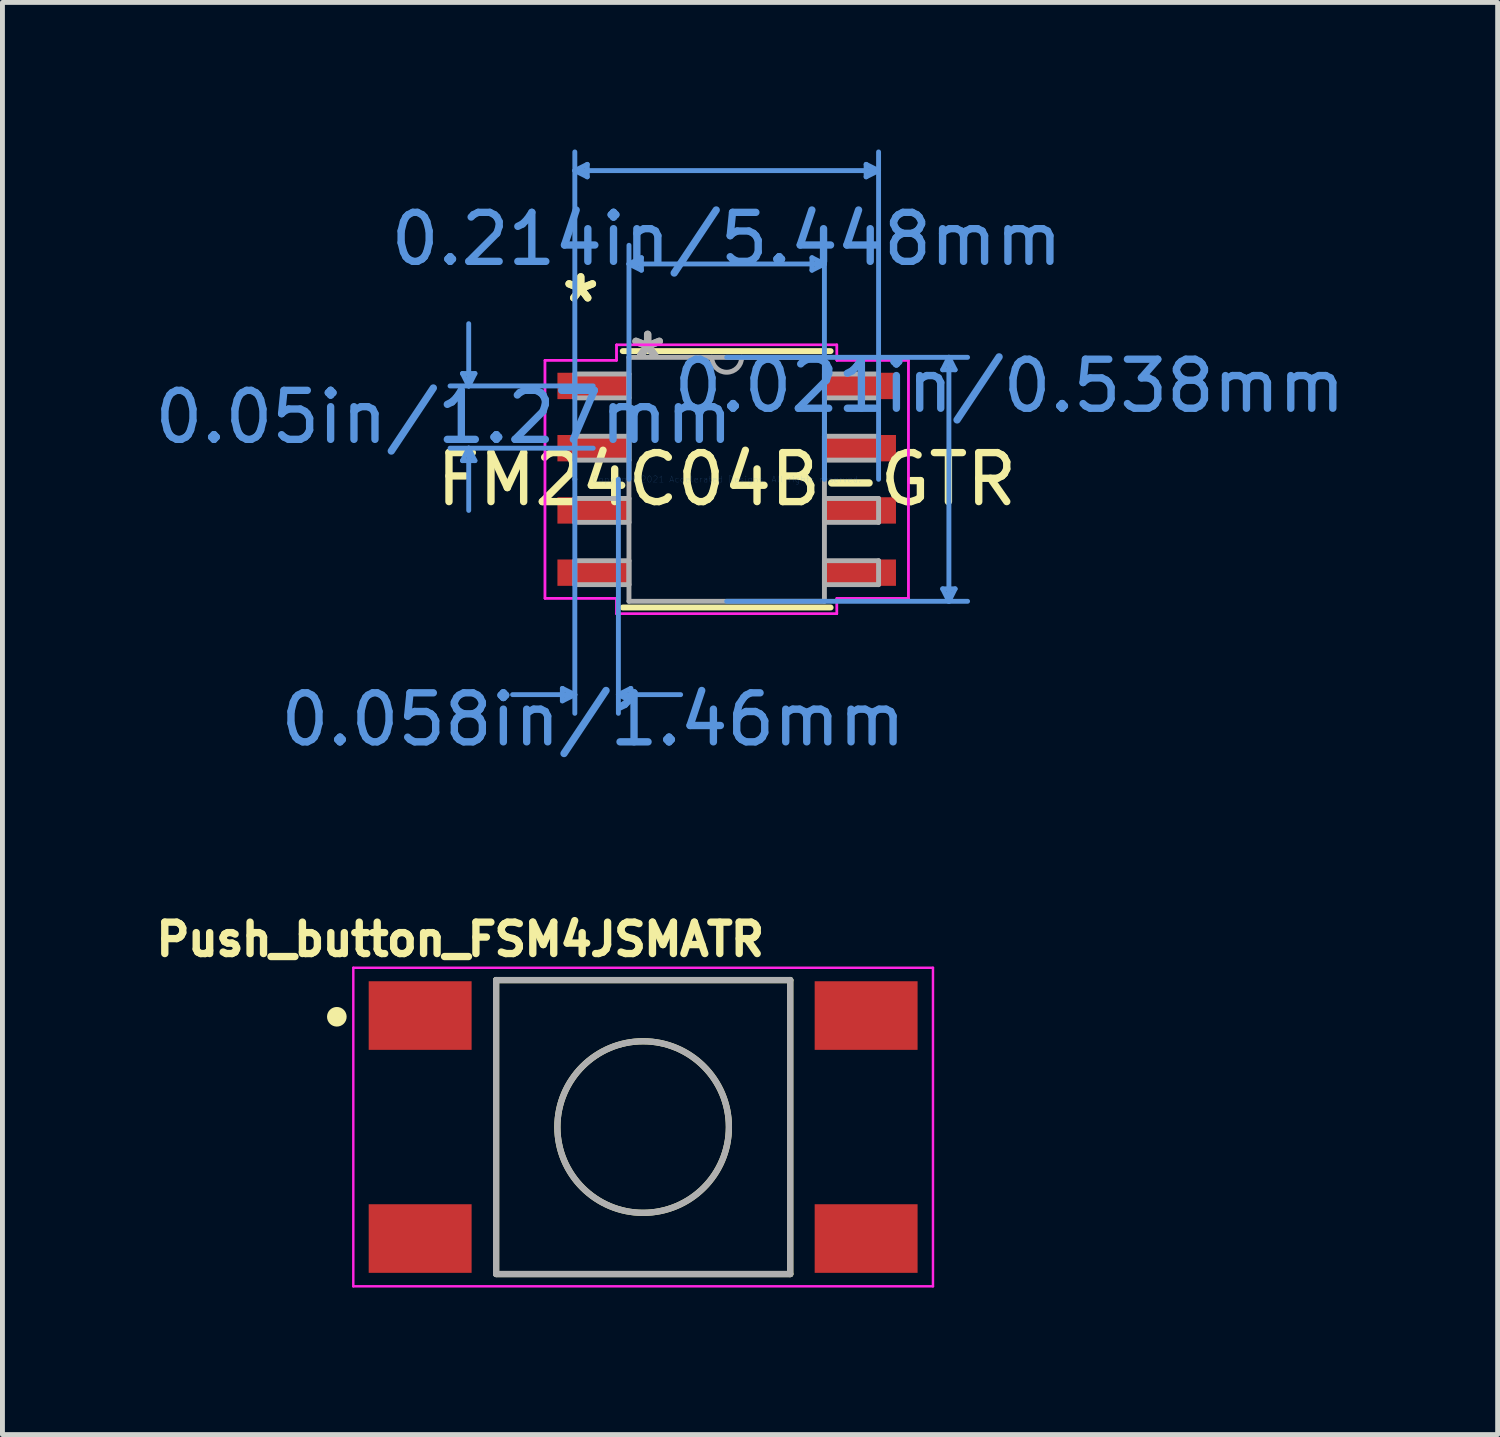
<source format=kicad_pcb>
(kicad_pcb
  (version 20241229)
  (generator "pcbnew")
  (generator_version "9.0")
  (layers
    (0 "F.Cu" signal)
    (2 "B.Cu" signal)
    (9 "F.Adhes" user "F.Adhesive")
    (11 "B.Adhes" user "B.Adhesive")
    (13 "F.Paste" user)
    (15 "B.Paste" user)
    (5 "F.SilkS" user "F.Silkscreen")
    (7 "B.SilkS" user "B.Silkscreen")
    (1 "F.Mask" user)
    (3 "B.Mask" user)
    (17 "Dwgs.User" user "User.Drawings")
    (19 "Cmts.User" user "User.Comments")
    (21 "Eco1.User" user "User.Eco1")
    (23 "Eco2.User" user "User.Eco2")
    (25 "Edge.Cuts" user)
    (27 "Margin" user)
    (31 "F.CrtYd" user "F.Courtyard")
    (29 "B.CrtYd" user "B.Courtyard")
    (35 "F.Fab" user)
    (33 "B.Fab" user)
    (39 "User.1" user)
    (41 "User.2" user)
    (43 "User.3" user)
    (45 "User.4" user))
  (footprint "Push_button_FSM4JSMATR"
    (layer "F.Cu")
    (at 10.073 19.947)
    (property "Reference" "Push_button_FSM4JSMATR" (at -3.732 -3.829 0) (layer "F.SilkS") (effects (font (size 0.641 0.641) (thickness 0.15))))
    (attr through_hole)
    (fp_line (start -3 -2.997) (end -3 2.997) (stroke (width 0.127) (type solid)) (layer "F.SilkS"))
    (fp_line (start -2.992 3) (end 3.002 3) (stroke (width 0.127) (type solid)) (layer "F.SilkS"))
    (fp_line (start 3.002 -2.997) (end -3 -2.997) (stroke (width 0.127) (type solid)) (layer "F.SilkS"))
    (fp_line (start 3.002 3) (end 3.002 -2.997) (stroke (width 0.127) (type solid)) (layer "F.SilkS"))
    (fp_circle (center -6.25 -2.25) (end -6.15 -2.25) (stroke (width 0.2) (type solid)) (fill no) (layer "F.SilkS"))
    (fp_circle (center 0 0) (end 1.75 0) (stroke (width 0.127) (type solid)) (fill no) (layer "F.SilkS"))
    (fp_line (start -5.914 -3.25) (end 5.914 -3.25) (stroke (width 0.05) (type solid)) (layer "F.CrtYd"))
    (fp_line (start -5.914 3.25) (end -5.914 -3.25) (stroke (width 0.05) (type solid)) (layer "F.CrtYd"))
    (fp_line (start 5.914 -3.25) (end 5.914 3.25) (stroke (width 0.05) (type solid)) (layer "F.CrtYd"))
    (fp_line (start 5.914 3.25) (end -5.914 3.25) (stroke (width 0.05) (type solid)) (layer "F.CrtYd"))
    (fp_line (start -3 -3) (end 3 -3) (stroke (width 0.127) (type solid)) (layer "F.Fab"))
    (fp_line (start -3 3) (end -3 -3) (stroke (width 0.127) (type solid)) (layer "F.Fab"))
    (fp_line (start 3 -3) (end 3 3) (stroke (width 0.127) (type solid)) (layer "F.Fab"))
    (fp_line (start 3 3) (end -3 3) (stroke (width 0.127) (type solid)) (layer "F.Fab"))
    (fp_circle (center 0 0) (end 1.75 0) (stroke (width 0.127) (type solid)) (fill no) (layer "F.Fab"))
    (pad "1" smd rect (at -4.55 -2.275) (size 2.1 1.4) (layers "F.Cu" "F.Mask" "F.Paste"))
    (pad "2" smd rect (at 4.55 -2.275) (size 2.1 1.4) (layers "F.Cu" "F.Mask" "F.Paste"))
    (pad "3" smd rect (at -4.55 2.275) (size 2.1 1.4) (layers "F.Cu" "F.Mask" "F.Paste"))
    (pad "4" smd rect (at 4.55 2.275) (size 2.1 1.4) (layers "F.Cu" "F.Mask" "F.Paste")))
  (footprint "FM24C04B-GTR"
    (layer "F.Cu")
    (at 11.778 6.73)
    (property "Reference" "FM24C04B-GTR" (at 0 0 0) (layer "F.SilkS") (effects (font (size 1 1) (thickness 0.15))))
    (attr through_hole)
    (fp_line (start -2.121 2.616) (end 2.121 2.616) (stroke (width 0.12) (type solid)) (layer "F.SilkS"))
    (fp_line (start 2.121 -2.616) (end -2.121 -2.616) (stroke (width 0.12) (type solid)) (layer "F.SilkS"))
    (fp_line (start -5.391 -2.159) (end -5.137 -2.159) (stroke (width 0.1) (type solid)) (layer "Cmts.User"))
    (fp_line (start -5.391 -0.381) (end -5.137 -0.381) (stroke (width 0.1) (type solid)) (layer "Cmts.User"))
    (fp_line (start -5.264 -1.905) (end -5.391 -2.159) (stroke (width 0.1) (type solid)) (layer "Cmts.User"))
    (fp_line (start -5.264 -1.905) (end -5.264 -3.175) (stroke (width 0.1) (type solid)) (layer "Cmts.User"))
    (fp_line (start -5.264 -1.905) (end -5.137 -2.159) (stroke (width 0.1) (type solid)) (layer "Cmts.User"))
    (fp_line (start -5.264 -0.635) (end -5.391 -0.381) (stroke (width 0.1) (type solid)) (layer "Cmts.User"))
    (fp_line (start -5.264 -0.635) (end -5.264 0.635) (stroke (width 0.1) (type solid)) (layer "Cmts.User"))
    (fp_line (start -5.264 -0.635) (end -5.137 -0.381) (stroke (width 0.1) (type solid)) (layer "Cmts.User"))
    (fp_line (start -3.353 4.267) (end -3.353 4.521) (stroke (width 0.1) (type solid)) (layer "Cmts.User"))
    (fp_line (start -3.099 -6.299) (end -2.845 -6.426) (stroke (width 0.1) (type solid)) (layer "Cmts.User"))
    (fp_line (start -3.099 -6.299) (end -2.845 -6.172) (stroke (width 0.1) (type solid)) (layer "Cmts.User"))
    (fp_line (start -3.099 -6.299) (end 3.099 -6.299) (stroke (width 0.1) (type solid)) (layer "Cmts.User"))
    (fp_line (start -3.099 0) (end -3.099 -6.68) (stroke (width 0.1) (type solid)) (layer "Cmts.User"))
    (fp_line (start -3.099 0) (end -3.099 4.775) (stroke (width 0.1) (type solid)) (layer "Cmts.User"))
    (fp_line (start -3.099 4.394) (end -4.369 4.394) (stroke (width 0.1) (type solid)) (layer "Cmts.User"))
    (fp_line (start -3.099 4.394) (end -3.353 4.267) (stroke (width 0.1) (type solid)) (layer "Cmts.User"))
    (fp_line (start -3.099 4.394) (end -3.353 4.521) (stroke (width 0.1) (type solid)) (layer "Cmts.User"))
    (fp_line (start -2.845 -6.426) (end -2.845 -6.172) (stroke (width 0.1) (type solid)) (layer "Cmts.User"))
    (fp_line (start -2.724 -1.905) (end -5.645 -1.905) (stroke (width 0.1) (type solid)) (layer "Cmts.User"))
    (fp_line (start -2.724 -0.635) (end -5.645 -0.635) (stroke (width 0.1) (type solid)) (layer "Cmts.User"))
    (fp_line (start -2.21 0) (end -2.21 4.775) (stroke (width 0.1) (type solid)) (layer "Cmts.User"))
    (fp_line (start -2.21 4.394) (end -1.956 4.267) (stroke (width 0.1) (type solid)) (layer "Cmts.User"))
    (fp_line (start -2.21 4.394) (end -1.956 4.521) (stroke (width 0.1) (type solid)) (layer "Cmts.User"))
    (fp_line (start -2.21 4.394) (end -0.94 4.394) (stroke (width 0.1) (type solid)) (layer "Cmts.User"))
    (fp_line (start -1.994 -4.394) (end -1.74 -4.521) (stroke (width 0.1) (type solid)) (layer "Cmts.User"))
    (fp_line (start -1.994 -4.394) (end -1.74 -4.267) (stroke (width 0.1) (type solid)) (layer "Cmts.User"))
    (fp_line (start -1.994 -4.394) (end 1.994 -4.394) (stroke (width 0.1) (type solid)) (layer "Cmts.User"))
    (fp_line (start -1.994 0) (end -1.994 -4.775) (stroke (width 0.1) (type solid)) (layer "Cmts.User"))
    (fp_line (start -1.956 4.267) (end -1.956 4.521) (stroke (width 0.1) (type solid)) (layer "Cmts.User"))
    (fp_line (start -1.74 -4.521) (end -1.74 -4.267) (stroke (width 0.1) (type solid)) (layer "Cmts.User"))
    (fp_line (start 0 -2.489) (end 4.915 -2.489) (stroke (width 0.1) (type solid)) (layer "Cmts.User"))
    (fp_line (start 0 2.489) (end 4.915 2.489) (stroke (width 0.1) (type solid)) (layer "Cmts.User"))
    (fp_line (start 1.74 -4.521) (end 1.74 -4.267) (stroke (width 0.1) (type solid)) (layer "Cmts.User"))
    (fp_line (start 1.994 -4.394) (end 1.74 -4.521) (stroke (width 0.1) (type solid)) (layer "Cmts.User"))
    (fp_line (start 1.994 -4.394) (end 1.74 -4.267) (stroke (width 0.1) (type solid)) (layer "Cmts.User"))
    (fp_line (start 1.994 0) (end 1.994 -4.775) (stroke (width 0.1) (type solid)) (layer "Cmts.User"))
    (fp_line (start 2.845 -6.426) (end 2.845 -6.172) (stroke (width 0.1) (type solid)) (layer "Cmts.User"))
    (fp_line (start 3.099 -6.299) (end 2.845 -6.426) (stroke (width 0.1) (type solid)) (layer "Cmts.User"))
    (fp_line (start 3.099 -6.299) (end 2.845 -6.172) (stroke (width 0.1) (type solid)) (layer "Cmts.User"))
    (fp_line (start 3.099 0) (end 3.099 -6.68) (stroke (width 0.1) (type solid)) (layer "Cmts.User"))
    (fp_line (start 4.407 -2.235) (end 4.661 -2.235) (stroke (width 0.1) (type solid)) (layer "Cmts.User"))
    (fp_line (start 4.407 2.235) (end 4.661 2.235) (stroke (width 0.1) (type solid)) (layer "Cmts.User"))
    (fp_line (start 4.534 -2.489) (end 4.407 -2.235) (stroke (width 0.1) (type solid)) (layer "Cmts.User"))
    (fp_line (start 4.534 -2.489) (end 4.534 2.489) (stroke (width 0.1) (type solid)) (layer "Cmts.User"))
    (fp_line (start 4.534 -2.489) (end 4.661 -2.235) (stroke (width 0.1) (type solid)) (layer "Cmts.User"))
    (fp_line (start 4.534 2.489) (end 4.407 2.235) (stroke (width 0.1) (type solid)) (layer "Cmts.User"))
    (fp_line (start 4.534 2.489) (end 4.661 2.235) (stroke (width 0.1) (type solid)) (layer "Cmts.User"))
    (fp_line (start -3.708 -2.428) (end -2.248 -2.428) (stroke (width 0.05) (type solid)) (layer "F.CrtYd"))
    (fp_line (start -3.708 -2.428) (end -2.248 -2.428) (stroke (width 0.05) (type solid)) (layer "F.CrtYd"))
    (fp_line (start -3.708 2.428) (end -3.708 -2.428) (stroke (width 0.05) (type solid)) (layer "F.CrtYd"))
    (fp_line (start -3.708 2.428) (end -3.708 -2.428) (stroke (width 0.05) (type solid)) (layer "F.CrtYd"))
    (fp_line (start -3.708 2.428) (end -2.248 2.428) (stroke (width 0.05) (type solid)) (layer "F.CrtYd"))
    (fp_line (start -2.248 -2.743) (end 2.248 -2.743) (stroke (width 0.05) (type solid)) (layer "F.CrtYd"))
    (fp_line (start -2.248 -2.743) (end 2.248 -2.743) (stroke (width 0.05) (type solid)) (layer "F.CrtYd"))
    (fp_line (start -2.248 -2.428) (end -2.248 -2.743) (stroke (width 0.05) (type solid)) (layer "F.CrtYd"))
    (fp_line (start -2.248 -2.428) (end -2.248 -2.743) (stroke (width 0.05) (type solid)) (layer "F.CrtYd"))
    (fp_line (start -2.248 2.428) (end -3.708 2.428) (stroke (width 0.05) (type solid)) (layer "F.CrtYd"))
    (fp_line (start -2.248 2.743) (end -2.248 2.428) (stroke (width 0.05) (type solid)) (layer "F.CrtYd"))
    (fp_line (start -2.248 2.743) (end -2.248 2.428) (stroke (width 0.05) (type solid)) (layer "F.CrtYd"))
    (fp_line (start 2.248 -2.743) (end 2.248 -2.428) (stroke (width 0.05) (type solid)) (layer "F.CrtYd"))
    (fp_line (start 2.248 -2.743) (end 2.248 -2.428) (stroke (width 0.05) (type solid)) (layer "F.CrtYd"))
    (fp_line (start 2.248 -2.428) (end 3.708 -2.428) (stroke (width 0.05) (type solid)) (layer "F.CrtYd"))
    (fp_line (start 2.248 2.428) (end 2.248 2.743) (stroke (width 0.05) (type solid)) (layer "F.CrtYd"))
    (fp_line (start 2.248 2.428) (end 2.248 2.743) (stroke (width 0.05) (type solid)) (layer "F.CrtYd"))
    (fp_line (start 2.248 2.743) (end -2.248 2.743) (stroke (width 0.05) (type solid)) (layer "F.CrtYd"))
    (fp_line (start 2.248 2.743) (end -2.248 2.743) (stroke (width 0.05) (type solid)) (layer "F.CrtYd"))
    (fp_line (start 3.708 -2.428) (end 2.248 -2.428) (stroke (width 0.05) (type solid)) (layer "F.CrtYd"))
    (fp_line (start 3.708 -2.428) (end 3.708 2.428) (stroke (width 0.05) (type solid)) (layer "F.CrtYd"))
    (fp_line (start 3.708 -2.428) (end 3.708 2.428) (stroke (width 0.05) (type solid)) (layer "F.CrtYd"))
    (fp_line (start 3.708 2.428) (end 2.248 2.428) (stroke (width 0.05) (type solid)) (layer "F.CrtYd"))
    (fp_line (start 3.708 2.428) (end 2.248 2.428) (stroke (width 0.05) (type solid)) (layer "F.CrtYd"))
    (fp_line (start -3.099 -2.149) (end -3.099 -1.661) (stroke (width 0.1) (type solid)) (layer "F.Fab"))
    (fp_line (start -3.099 -1.661) (end -1.994 -1.661) (stroke (width 0.1) (type solid)) (layer "F.Fab"))
    (fp_line (start -3.099 -0.879) (end -3.099 -0.391) (stroke (width 0.1) (type solid)) (layer "F.Fab"))
    (fp_line (start -3.099 -0.391) (end -1.994 -0.391) (stroke (width 0.1) (type solid)) (layer "F.Fab"))
    (fp_line (start -3.099 0.391) (end -3.099 0.879) (stroke (width 0.1) (type solid)) (layer "F.Fab"))
    (fp_line (start -3.099 0.879) (end -1.994 0.879) (stroke (width 0.1) (type solid)) (layer "F.Fab"))
    (fp_line (start -3.099 1.661) (end -3.099 2.149) (stroke (width 0.1) (type solid)) (layer "F.Fab"))
    (fp_line (start -3.099 2.149) (end -1.994 2.149) (stroke (width 0.1) (type solid)) (layer "F.Fab"))
    (fp_line (start -1.994 -2.489) (end -1.994 2.489) (stroke (width 0.1) (type solid)) (layer "F.Fab"))
    (fp_line (start -1.994 -2.149) (end -3.099 -2.149) (stroke (width 0.1) (type solid)) (layer "F.Fab"))
    (fp_line (start -1.994 -1.661) (end -1.994 -2.149) (stroke (width 0.1) (type solid)) (layer "F.Fab"))
    (fp_line (start -1.994 -0.879) (end -3.099 -0.879) (stroke (width 0.1) (type solid)) (layer "F.Fab"))
    (fp_line (start -1.994 -0.391) (end -1.994 -0.879) (stroke (width 0.1) (type solid)) (layer "F.Fab"))
    (fp_line (start -1.994 0.391) (end -3.099 0.391) (stroke (width 0.1) (type solid)) (layer "F.Fab"))
    (fp_line (start -1.994 0.879) (end -1.994 0.391) (stroke (width 0.1) (type solid)) (layer "F.Fab"))
    (fp_line (start -1.994 1.661) (end -3.099 1.661) (stroke (width 0.1) (type solid)) (layer "F.Fab"))
    (fp_line (start -1.994 2.149) (end -1.994 1.661) (stroke (width 0.1) (type solid)) (layer "F.Fab"))
    (fp_line (start -1.994 2.489) (end 1.994 2.489) (stroke (width 0.1) (type solid)) (layer "F.Fab"))
    (fp_line (start 1.994 -2.489) (end -1.994 -2.489) (stroke (width 0.1) (type solid)) (layer "F.Fab"))
    (fp_line (start 1.994 -2.149) (end 1.994 -1.661) (stroke (width 0.1) (type solid)) (layer "F.Fab"))
    (fp_line (start 1.994 -1.661) (end 3.099 -1.661) (stroke (width 0.1) (type solid)) (layer "F.Fab"))
    (fp_line (start 1.994 -0.879) (end 1.994 -0.391) (stroke (width 0.1) (type solid)) (layer "F.Fab"))
    (fp_line (start 1.994 -0.391) (end 3.099 -0.391) (stroke (width 0.1) (type solid)) (layer "F.Fab"))
    (fp_line (start 1.994 0.391) (end 1.994 0.879) (stroke (width 0.1) (type solid)) (layer "F.Fab"))
    (fp_line (start 1.994 0.879) (end 3.099 0.879) (stroke (width 0.1) (type solid)) (layer "F.Fab"))
    (fp_line (start 1.994 1.661) (end 1.994 2.149) (stroke (width 0.1) (type solid)) (layer "F.Fab"))
    (fp_line (start 1.994 2.149) (end 3.099 2.149) (stroke (width 0.1) (type solid)) (layer "F.Fab"))
    (fp_line (start 1.994 2.489) (end 1.994 -2.489) (stroke (width 0.1) (type solid)) (layer "F.Fab"))
    (fp_line (start 3.099 -2.149) (end 1.994 -2.149) (stroke (width 0.1) (type solid)) (layer "F.Fab"))
    (fp_line (start 3.099 -1.661) (end 3.099 -2.149) (stroke (width 0.1) (type solid)) (layer "F.Fab"))
    (fp_line (start 3.099 -0.879) (end 1.994 -0.879) (stroke (width 0.1) (type solid)) (layer "F.Fab"))
    (fp_line (start 3.099 -0.391) (end 3.099 -0.879) (stroke (width 0.1) (type solid)) (layer "F.Fab"))
    (fp_line (start 3.099 0.391) (end 1.994 0.391) (stroke (width 0.1) (type solid)) (layer "F.Fab"))
    (fp_line (start 3.099 0.879) (end 3.099 0.391) (stroke (width 0.1) (type solid)) (layer "F.Fab"))
    (fp_line (start 3.099 1.661) (end 1.994 1.661) (stroke (width 0.1) (type solid)) (layer "F.Fab"))
    (fp_line (start 3.099 2.149) (end 3.099 1.661) (stroke (width 0.1) (type solid)) (layer "F.Fab"))
    (fp_arc (start 0.3048 -2.4892) (mid 0 -2.1844) (end -0.3048 -2.4892) (stroke (width 0.1) (type solid)) (layer "F.Fab"))
    (fp_text user "*" (at -2.978 -3.586 0) (layer "F.SilkS") (effects (font (size 1 1) (thickness 0.15))))
    (fp_text user "*" (at -2.978 -3.586 0) (layer "F.SilkS") (effects (font (size 1 1) (thickness 0.15))))
    (fp_text user "0.021in/0.538mm" (at 5.772 -1.905 0) (layer "Cmts.User") (effects (font (size 1 1) (thickness 0.15))))
    (fp_text user "Copyright 2021 Accelerated Designs. All rights reserved." (at 0 0 0) (layer "Cmts.User") (effects (font (size 0.127 0.127) (thickness 0.002))))
    (fp_text user "0.05in/1.27mm" (at -5.772 -1.27 0) (layer "Cmts.User") (effects (font (size 1 1) (thickness 0.15))))
    (fp_text user "0.214in/5.448mm" (at 0 -4.902 0) (layer "Cmts.User") (effects (font (size 1 1) (thickness 0.15))))
    (fp_text user "0.058in/1.46mm" (at -2.724 4.902 0) (layer "Cmts.User") (effects (font (size 1 1) (thickness 0.15))))
    (fp_text user "*" (at -1.613 -2.413 0) (layer "F.Fab") (effects (font (size 1 1) (thickness 0.15))))
    (fp_text user "*" (at -1.613 -2.413 0) (layer "F.Fab") (effects (font (size 1 1) (thickness 0.15))))
    (pad "1" smd rect (at -2.724 -1.905) (size 1.46 0.538) (layers "F.Cu" "F.Mask" "F.Paste"))
    (pad "2" smd rect (at -2.724 -0.635) (size 1.46 0.538) (layers "F.Cu" "F.Mask" "F.Paste"))
    (pad "3" smd rect (at -2.724 0.635) (size 1.46 0.538) (layers "F.Cu" "F.Mask" "F.Paste"))
    (pad "4" smd rect (at -2.724 1.905) (size 1.46 0.538) (layers "F.Cu" "F.Mask" "F.Paste"))
    (pad "5" smd rect (at 2.724 1.905) (size 1.46 0.538) (layers "F.Cu" "F.Mask" "F.Paste"))
    (pad "6" smd rect (at 2.724 0.635) (size 1.46 0.538) (layers "F.Cu" "F.Mask" "F.Paste"))
    (pad "7" smd rect (at 2.724 -0.635) (size 1.46 0.538) (layers "F.Cu" "F.Mask" "F.Paste"))
    (pad "8" smd rect (at 2.724 -1.905) (size 1.46 0.538) (layers "F.Cu" "F.Mask" "F.Paste")))
  (gr_rect
    (start -3 -3)
    (end 27.509 26.222)
    (stroke (width 0.1) (type default))
    (fill no)
    (layer "Edge.Cuts")))
</source>
